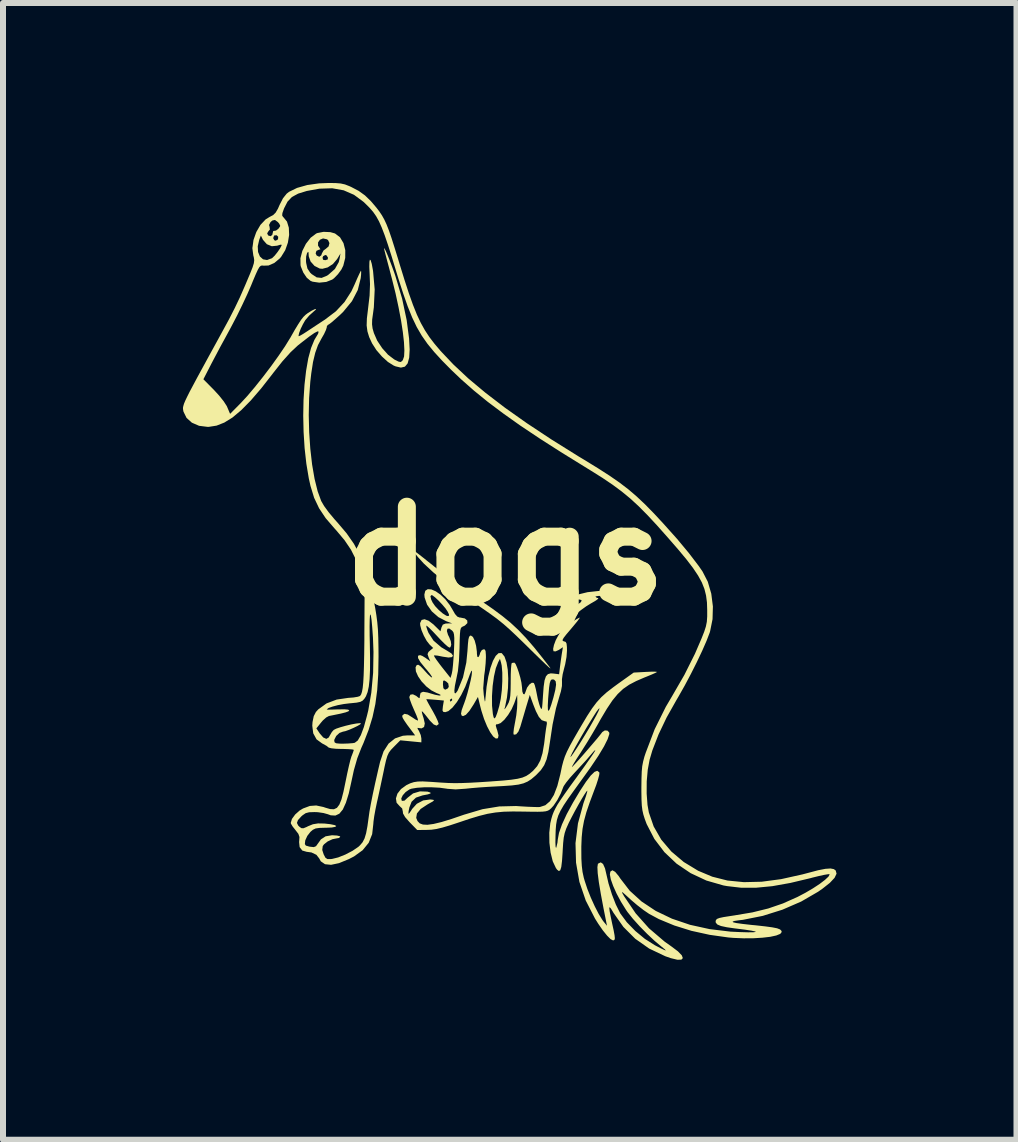
<source format=kicad_pcb>
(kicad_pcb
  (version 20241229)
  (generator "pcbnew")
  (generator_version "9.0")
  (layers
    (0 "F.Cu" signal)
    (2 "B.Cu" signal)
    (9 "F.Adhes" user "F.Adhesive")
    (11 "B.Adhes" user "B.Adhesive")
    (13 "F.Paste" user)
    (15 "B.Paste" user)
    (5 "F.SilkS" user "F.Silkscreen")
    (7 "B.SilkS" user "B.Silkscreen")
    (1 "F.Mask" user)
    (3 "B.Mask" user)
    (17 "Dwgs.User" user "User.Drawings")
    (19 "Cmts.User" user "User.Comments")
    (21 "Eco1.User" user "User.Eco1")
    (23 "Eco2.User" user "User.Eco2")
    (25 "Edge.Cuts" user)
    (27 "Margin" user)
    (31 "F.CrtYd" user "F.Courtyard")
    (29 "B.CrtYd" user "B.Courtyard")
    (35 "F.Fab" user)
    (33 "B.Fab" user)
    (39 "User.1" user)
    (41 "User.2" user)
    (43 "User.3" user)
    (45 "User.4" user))
  (footprint "dogs"
    (layer "F.Cu")
    (at 5.374 6.217)
    (property "Reference" "dogs" (at 0 0 0) (layer "F.SilkS") (effects (font (size 1.5 1.5) (thickness 0.3))))
    (attr board_only exclude_from_pos_files exclude_from_bom)
    (fp_poly (pts (xy -1.518 -0.085) (xy -1.463 -0.044) (xy -1.382 0.019) (xy -1.282 0.099) (xy -1.183 0.178) (xy -1.047 0.285) (xy -0.883 0.409) (xy -0.706 0.538) (xy -0.531 0.661) (xy -0.399 0.752) (xy -0.215 0.879) (xy -0.057 0.996) (xy 0.083 1.11) (xy 0.212 1.23) (xy 0.34 1.363) (xy 0.472 1.516) (xy 0.619 1.699) (xy 0.733 1.846) (xy 0.75 1.87) (xy 0.746 1.872) (xy 0.72 1.851) (xy 0.668 1.803) (xy 0.588 1.726) (xy 0.478 1.619) (xy 0.338 1.481) (xy 0.193 1.34) (xy 0.072 1.226) (xy -0.036 1.131) (xy -0.144 1.044) (xy -0.262 0.958) (xy -0.4 0.862) (xy -0.5 0.795) (xy -0.77 0.609) (xy -1.005 0.434) (xy -1.204 0.271) (xy -1.362 0.124) (xy -1.459 0.017) (xy -1.507 -0.044) (xy -1.537 -0.087) (xy -1.541 -0.1)) (stroke (width 0) (type solid)) (fill yes) (layer "F.SilkS"))
    (fp_poly (pts (xy -2.015 -5.125) (xy -1.995 -5.087) (xy -1.967 -5.022) (xy -1.932 -4.935) (xy -1.893 -4.833) (xy -1.853 -4.723) (xy -1.834 -4.667) (xy -1.722 -4.29) (xy -1.646 -3.932) (xy -1.606 -3.626) (xy -1.596 -3.443) (xy -1.604 -3.305) (xy -1.63 -3.21) (xy -1.675 -3.156) (xy -1.742 -3.14) (xy -1.831 -3.161) (xy -1.864 -3.175) (xy -1.958 -3.234) (xy -2.058 -3.325) (xy -2.15 -3.431) (xy -2.22 -3.54) (xy -2.223 -3.545) (xy -2.271 -3.649) (xy -2.3 -3.744) (xy -2.313 -3.843) (xy -2.309 -3.96) (xy -2.291 -4.109) (xy -2.288 -4.135) (xy -2.264 -4.34) (xy -2.257 -4.531) (xy -2.263 -4.692) (xy -2.269 -4.821) (xy -2.267 -4.904) (xy -2.259 -4.94) (xy -2.246 -4.929) (xy -2.228 -4.87) (xy -2.208 -4.761) (xy -2.205 -4.737) (xy -2.179 -4.442) (xy -2.193 -4.145) (xy -2.206 -4.047) (xy -2.221 -3.94) (xy -2.223 -3.861) (xy -2.214 -3.791) (xy -2.192 -3.715) (xy -2.137 -3.589) (xy -2.054 -3.464) (xy -1.957 -3.355) (xy -1.856 -3.278) (xy -1.842 -3.27) (xy -1.781 -3.24) (xy -1.747 -3.233) (xy -1.723 -3.249) (xy -1.709 -3.268) (xy -1.689 -3.326) (xy -1.684 -3.426) (xy -1.691 -3.564) (xy -1.71 -3.733) (xy -1.74 -3.928) (xy -1.781 -4.144) (xy -1.831 -4.376) (xy -1.891 -4.618) (xy -1.904 -4.667) (xy -1.939 -4.801) (xy -1.971 -4.92) (xy -1.996 -5.015) (xy -2.012 -5.077) (xy -2.016 -5.093) (xy -2.023 -5.129)) (stroke (width 0) (type solid)) (fill yes) (layer "F.SilkS"))
    (fp_poly (pts (xy -2.919 -5.398) (xy -2.841 -5.376) (xy -2.757 -5.312) (xy -2.699 -5.215) (xy -2.669 -5.097) (xy -2.67 -4.968) (xy -2.702 -4.84) (xy -2.734 -4.775) (xy -2.791 -4.697) (xy -2.857 -4.629) (xy -2.887 -4.607) (xy -2.986 -4.568) (xy -3.103 -4.556) (xy -3.213 -4.572) (xy -3.247 -4.585) (xy -3.311 -4.638) (xy -3.369 -4.724) (xy -3.41 -4.825) (xy -3.415 -4.848) (xy -3.416 -4.916) (xy -3.324 -4.916) (xy -3.321 -4.884) (xy -3.3 -4.791) (xy -3.254 -4.722) (xy -3.23 -4.699) (xy -3.146 -4.644) (xy -3.064 -4.635) (xy -2.974 -4.672) (xy -2.953 -4.686) (xy -2.842 -4.784) (xy -2.778 -4.898) (xy -2.764 -4.955) (xy -2.749 -5.042) (xy -2.805 -4.949) (xy -2.875 -4.867) (xy -2.962 -4.81) (xy -3.051 -4.787) (xy -3.095 -4.791) (xy -3.182 -4.835) (xy -3.247 -4.908) (xy -3.271 -4.974) (xy -3.048 -4.974) (xy -3.04 -4.938) (xy -3.003 -4.93) (xy -2.962 -4.943) (xy -2.958 -4.974) (xy -2.982 -5.011) (xy -3.003 -5.017) (xy -3.038 -4.997) (xy -3.048 -4.974) (xy -3.271 -4.974) (xy -3.278 -4.995) (xy -3.279 -5.01) (xy -3.281 -5.044) (xy -3.163 -5.044) (xy -3.146 -5.008) (xy -3.102 -4.987) (xy -3.069 -5.012) (xy -3.058 -5.045) (xy -3.031 -5.093) (xy -2.996 -5.118) (xy -2.947 -5.16) (xy -2.933 -5.215) (xy -2.956 -5.265) (xy -2.976 -5.279) (xy -3.04 -5.293) (xy -3.092 -5.271) (xy -3.123 -5.227) (xy -3.123 -5.173) (xy -3.098 -5.135) (xy -3.083 -5.111) (xy -3.108 -5.105) (xy -3.15 -5.086) (xy -3.163 -5.044) (xy -3.281 -5.044) (xy -3.282 -5.062) (xy -3.291 -5.069) (xy -3.307 -5.046) (xy -3.321 -4.993) (xy -3.324 -4.916) (xy -3.416 -4.916) (xy -3.417 -4.962) (xy -3.385 -5.085) (xy -3.325 -5.204) (xy -3.246 -5.305) (xy -3.155 -5.374) (xy -3.133 -5.383) (xy -3.031 -5.403)) (stroke (width 0) (type solid)) (fill yes) (layer "F.SilkS"))
    (fp_poly (pts (xy -2.833 -6.216) (xy -2.746 -6.209) (xy -2.674 -6.193) (xy -2.602 -6.165) (xy -2.569 -6.15) (xy -2.445 -6.085) (xy -2.341 -6.01) (xy -2.242 -5.914) (xy -2.151 -5.807) (xy -2.102 -5.743) (xy -2.059 -5.679) (xy -2.02 -5.61) (xy -1.982 -5.528) (xy -1.942 -5.426) (xy -1.898 -5.298) (xy -1.847 -5.137) (xy -1.785 -4.937) (xy -1.766 -4.873) (xy -1.683 -4.604) (xy -1.609 -4.377) (xy -1.541 -4.186) (xy -1.476 -4.024) (xy -1.41 -3.884) (xy -1.341 -3.761) (xy -1.266 -3.647) (xy -1.181 -3.536) (xy -1.084 -3.422) (xy -1.084 -3.421) (xy -0.868 -3.193) (xy -0.618 -2.959) (xy -0.332 -2.72) (xy -0.007 -2.471) (xy 0.358 -2.213) (xy 0.766 -1.943) (xy 1.219 -1.66) (xy 1.314 -1.603) (xy 1.542 -1.463) (xy 1.735 -1.339) (xy 1.901 -1.224) (xy 2.049 -1.111) (xy 2.188 -0.992) (xy 2.328 -0.86) (xy 2.476 -0.709) (xy 2.631 -0.542) (xy 2.862 -0.284) (xy 3.059 -0.047) (xy 3.22 0.164) (xy 3.285 0.258) (xy 3.373 0.429) (xy 3.431 0.628) (xy 3.458 0.841) (xy 3.452 1.053) (xy 3.412 1.252) (xy 3.405 1.276) (xy 3.353 1.412) (xy 3.28 1.579) (xy 3.191 1.767) (xy 3.092 1.964) (xy 2.988 2.16) (xy 2.885 2.342) (xy 2.848 2.405) (xy 2.686 2.693) (xy 2.552 2.974) (xy 2.449 3.24) (xy 2.403 3.396) (xy 2.372 3.563) (xy 2.355 3.757) (xy 2.354 3.959) (xy 2.368 4.148) (xy 2.39 4.273) (xy 2.471 4.508) (xy 2.597 4.727) (xy 2.765 4.925) (xy 2.972 5.1) (xy 3.212 5.246) (xy 3.448 5.345) (xy 3.701 5.409) (xy 3.974 5.436) (xy 4.27 5.429) (xy 4.594 5.386) (xy 4.949 5.307) (xy 5.055 5.279) (xy 5.214 5.237) (xy 5.333 5.214) (xy 5.418 5.208) (xy 5.474 5.219) (xy 5.505 5.242) (xy 5.519 5.295) (xy 5.486 5.364) (xy 5.407 5.448) (xy 5.283 5.546) (xy 5.211 5.596) (xy 4.93 5.759) (xy 4.617 5.895) (xy 4.289 5.998) (xy 3.958 6.064) (xy 3.896 6.071) (xy 3.82 6.082) (xy 3.786 6.093) (xy 3.796 6.105) (xy 3.851 6.118) (xy 3.952 6.132) (xy 4.101 6.149) (xy 4.167 6.155) (xy 4.329 6.173) (xy 4.447 6.189) (xy 4.528 6.205) (xy 4.577 6.224) (xy 4.6 6.247) (xy 4.605 6.267) (xy 4.581 6.298) (xy 4.514 6.325) (xy 4.413 6.347) (xy 4.283 6.362) (xy 4.133 6.371) (xy 3.97 6.372) (xy 3.801 6.365) (xy 3.716 6.358) (xy 3.404 6.314) (xy 3.099 6.247) (xy 2.814 6.158) (xy 2.558 6.052) (xy 2.394 5.964) (xy 2.303 5.902) (xy 2.197 5.82) (xy 2.097 5.735) (xy 2.082 5.721) (xy 2.004 5.65) (xy 1.959 5.61) (xy 1.942 5.601) (xy 1.948 5.619) (xy 1.973 5.662) (xy 1.976 5.668) (xy 2.171 5.956) (xy 2.394 6.206) (xy 2.653 6.427) (xy 2.766 6.507) (xy 2.875 6.589) (xy 2.939 6.655) (xy 2.957 6.702) (xy 2.932 6.728) (xy 2.865 6.729) (xy 2.757 6.703) (xy 2.665 6.671) (xy 2.396 6.543) (xy 2.164 6.38) (xy 1.966 6.182) (xy 1.801 5.947) (xy 1.792 5.931) (xy 1.758 5.876) (xy 1.738 5.853) (xy 1.731 5.867) (xy 1.737 5.921) (xy 1.756 6.017) (xy 1.777 6.117) (xy 1.804 6.24) (xy 1.819 6.322) (xy 1.824 6.372) (xy 1.818 6.397) (xy 1.802 6.406) (xy 1.791 6.406) (xy 1.752 6.385) (xy 1.694 6.327) (xy 1.623 6.239) (xy 1.545 6.126) (xy 1.492 6.041) (xy 1.339 5.743) (xy 1.233 5.432) (xy 1.177 5.112) (xy 1.168 4.786) (xy 1.209 4.457) (xy 1.299 4.126) (xy 1.311 4.091) (xy 1.341 4.006) (xy 1.36 3.942) (xy 1.366 3.911) (xy 1.366 3.91) (xy 1.35 3.925) (xy 1.316 3.976) (xy 1.269 4.053) (xy 1.215 4.148) (xy 1.158 4.251) (xy 1.104 4.353) (xy 1.057 4.445) (xy 1.048 4.465) (xy 1.012 4.546) (xy 0.988 4.617) (xy 0.972 4.693) (xy 0.962 4.787) (xy 0.954 4.915) (xy 0.953 4.939) (xy 0.943 5.084) (xy 0.931 5.183) (xy 0.914 5.237) (xy 0.891 5.251) (xy 0.861 5.228) (xy 0.841 5.2) (xy 0.789 5.089) (xy 0.753 4.943) (xy 0.733 4.779) (xy 0.731 4.611) (xy 0.748 4.454) (xy 0.766 4.378) (xy 0.784 4.318) (xy 0.805 4.264) (xy 0.832 4.208) (xy 0.868 4.143) (xy 0.919 4.065) (xy 0.987 3.966) (xy 1.076 3.84) (xy 1.192 3.681) (xy 1.206 3.661) (xy 1.318 3.506) (xy 1.403 3.385) (xy 1.462 3.299) (xy 1.494 3.248) (xy 1.497 3.233) (xy 1.472 3.256) (xy 1.418 3.319) (xy 1.408 3.33) (xy 1.348 3.4) (xy 1.266 3.49) (xy 1.179 3.584) (xy 1.149 3.616) (xy 1.074 3.699) (xy 1.012 3.776) (xy 0.972 3.834) (xy 0.963 3.854) (xy 0.922 3.959) (xy 0.865 4.068) (xy 0.802 4.161) (xy 0.763 4.204) (xy 0.736 4.228) (xy 0.709 4.244) (xy 0.672 4.255) (xy 0.618 4.261) (xy 0.537 4.263) (xy 0.421 4.262) (xy 0.309 4.26) (xy 0.124 4.258) (xy -0.03 4.262) (xy -0.167 4.275) (xy -0.298 4.297) (xy -0.438 4.332) (xy -0.6 4.381) (xy -0.763 4.436) (xy -0.924 4.489) (xy -1.049 4.526) (xy -1.149 4.55) (xy -1.234 4.562) (xy -1.305 4.565) (xy -1.47 4.567) (xy -1.597 4.437) (xy -1.672 4.352) (xy -1.707 4.291) (xy -1.71 4.26) (xy -1.721 4.208) (xy -1.762 4.17) (xy -1.814 4.112) (xy -1.825 4.04) (xy -1.8 3.961) (xy -1.741 3.885) (xy -1.652 3.82) (xy -1.588 3.789) (xy -1.526 3.769) (xy -1.461 3.759) (xy -1.379 3.757) (xy -1.266 3.763) (xy -1.219 3.766) (xy -1.078 3.776) (xy -0.956 3.783) (xy -0.841 3.786) (xy -0.723 3.784) (xy -0.59 3.779) (xy -0.43 3.77) (xy -0.232 3.757) (xy -0.226 3.756) (xy -0.044 3.743) (xy 0.096 3.729) (xy 0.202 3.713) (xy 0.283 3.693) (xy 0.347 3.666) (xy 0.401 3.631) (xy 0.454 3.586) (xy 0.459 3.582) (xy 0.529 3.503) (xy 0.581 3.408) (xy 0.618 3.287) (xy 0.645 3.13) (xy 0.65 3.09) (xy 0.663 2.979) (xy 0.676 2.884) (xy 0.687 2.817) (xy 0.691 2.797) (xy 0.688 2.761) (xy 0.653 2.753) (xy 0.605 2.736) (xy 0.557 2.681) (xy 0.508 2.586) (xy 0.462 2.47) (xy 0.406 2.315) (xy 0.342 2.527) (xy 0.309 2.64) (xy 0.277 2.748) (xy 0.252 2.833) (xy 0.247 2.849) (xy 0.216 2.927) (xy 0.179 2.972) (xy 0.144 2.978) (xy 0.135 2.971) (xy 0.134 2.942) (xy 0.141 2.877) (xy 0.157 2.789) (xy 0.161 2.769) (xy 0.181 2.655) (xy 0.194 2.538) (xy 0.198 2.447) (xy 0.196 2.315) (xy 0.147 2.455) (xy 0.103 2.554) (xy 0.045 2.649) (xy -0.018 2.729) (xy -0.079 2.784) (xy -0.126 2.803) (xy -0.154 2.806) (xy -0.161 2.826) (xy -0.148 2.873) (xy -0.136 2.907) (xy -0.115 2.991) (xy -0.124 3.036) (xy -0.124 3.037) (xy -0.159 3.043) (xy -0.204 3.008) (xy -0.254 2.937) (xy -0.306 2.838) (xy -0.356 2.717) (xy -0.4 2.58) (xy -0.417 2.515) (xy -0.458 2.349) (xy -0.529 2.472) (xy -0.6 2.581) (xy -0.659 2.647) (xy -0.707 2.669) (xy -0.73 2.659) (xy -0.74 2.627) (xy -0.729 2.569) (xy -0.695 2.474) (xy -0.693 2.471) (xy -0.664 2.388) (xy -0.633 2.286) (xy -0.605 2.178) (xy -0.58 2.075) (xy -0.563 1.988) (xy -0.557 1.928) (xy -0.56 1.909) (xy -0.572 1.925) (xy -0.594 1.976) (xy -0.614 2.032) (xy -0.67 2.18) (xy -0.737 2.317) (xy -0.809 2.435) (xy -0.883 2.527) (xy -0.951 2.585) (xy -1.003 2.603) (xy -1.037 2.597) (xy -1.049 2.573) (xy -1.043 2.514) (xy -1.042 2.506) (xy -1.026 2.409) (xy -1.098 2.402) (xy -0.926 2.402) (xy -0.917 2.427) (xy -0.915 2.427) (xy -0.894 2.41) (xy -0.888 2.402) (xy -0.89 2.379) (xy -0.899 2.377) (xy -0.925 2.396) (xy -0.926 2.402) (xy -1.098 2.402) (xy -1.17 2.396) (xy -1.248 2.39) (xy -1.302 2.387) (xy -1.319 2.387) (xy -1.309 2.409) (xy -1.28 2.464) (xy -1.236 2.542) (xy -1.211 2.585) (xy -1.163 2.674) (xy -1.129 2.747) (xy -1.113 2.794) (xy -1.114 2.803) (xy -1.147 2.827) (xy -1.195 2.808) (xy -1.258 2.745) (xy -1.291 2.703) (xy -1.341 2.64) (xy -1.378 2.598) (xy -1.394 2.587) (xy -1.391 2.613) (xy -1.375 2.67) (xy -1.364 2.702) (xy -1.344 2.791) (xy -1.356 2.85) (xy -1.398 2.873) (xy -1.433 2.869) (xy -1.464 2.864) (xy -1.463 2.881) (xy -1.441 2.916) (xy -1.411 2.985) (xy -1.401 3.041) (xy -1.401 3.106) (xy -1.577 3.089) (xy -1.752 3.072) (xy -1.86 3.181) (xy -1.909 3.232) (xy -1.943 3.278) (xy -1.968 3.332) (xy -1.99 3.406) (xy -2.014 3.511) (xy -2.025 3.566) (xy -2.057 3.717) (xy -2.093 3.886) (xy -2.128 4.047) (xy -2.142 4.108) (xy -2.167 4.228) (xy -2.187 4.339) (xy -2.199 4.427) (xy -2.202 4.467) (xy -2.221 4.636) (xy -2.279 4.78) (xy -2.379 4.903) (xy -2.523 5.007) (xy -2.608 5.051) (xy -2.773 5.119) (xy -2.906 5.147) (xy -3.007 5.137) (xy -3.077 5.089) (xy -3.104 5.04) (xy -3.151 4.98) (xy -3.233 4.941) (xy -3.314 4.93) (xy -3.386 4.909) (xy -3.43 4.852) (xy -3.439 4.766) (xy -3.437 4.748) (xy -3.433 4.683) (xy -3.451 4.631) (xy -3.499 4.569) (xy -3.5 4.567) (xy -3.547 4.508) (xy -3.575 4.461) (xy -3.578 4.447) (xy -3.558 4.382) (xy -3.504 4.308) (xy -3.43 4.242) (xy -3.373 4.208) (xy -3.26 4.166) (xy -3.154 4.158) (xy -3.035 4.183) (xy -3 4.195) (xy -2.921 4.218) (xy -2.858 4.221) (xy -2.808 4.197) (xy -2.768 4.144) (xy -2.732 4.055) (xy -2.699 3.926) (xy -2.663 3.753) (xy -2.636 3.621) (xy -2.609 3.5) (xy -2.585 3.402) (xy -2.566 3.339) (xy -2.563 3.333) (xy -2.54 3.273) (xy -2.528 3.235) (xy -2.527 3.231) (xy -2.551 3.224) (xy -2.612 3.219) (xy -2.699 3.216) (xy -2.729 3.216) (xy -2.825 3.213) (xy -2.901 3.205) (xy -2.943 3.194) (xy -2.948 3.191) (xy -2.98 3.165) (xy -3.039 3.132) (xy -3.055 3.124) (xy -3.148 3.056) (xy -3.203 2.956) (xy -3.214 2.873) (xy -3.151 2.873) (xy -3.095 2.957) (xy -3.037 3.024) (xy -2.985 3.048) (xy -2.945 3.025) (xy -2.931 2.999) (xy -2.893 2.934) (xy -2.862 2.899) (xy -2.821 2.878) (xy -2.75 2.854) (xy -2.661 2.829) (xy -2.569 2.807) (xy -2.486 2.792) (xy -2.427 2.786) (xy -2.407 2.789) (xy -2.42 2.806) (xy -2.466 2.833) (xy -2.532 2.865) (xy -2.603 2.896) (xy -2.667 2.919) (xy -2.709 2.928) (xy -2.766 2.949) (xy -2.82 2.999) (xy -2.851 3.06) (xy -2.853 3.078) (xy -2.847 3.106) (xy -2.822 3.121) (xy -2.767 3.127) (xy -2.709 3.128) (xy -2.619 3.125) (xy -2.543 3.119) (xy -2.511 3.113) (xy -2.461 3.075) (xy -2.41 2.987) (xy -2.359 2.85) (xy -2.308 2.663) (xy -2.286 2.573) (xy -2.235 2.276) (xy -2.205 1.947) (xy -2.199 1.6) (xy -2.208 1.358) (xy -2.22 1.188) (xy -2.231 1.068) (xy -2.242 0.996) (xy -2.251 0.971) (xy -2.258 0.993) (xy -2.262 1.06) (xy -2.264 1.172) (xy -2.263 1.328) (xy -2.26 1.464) (xy -2.256 1.703) (xy -2.257 1.897) (xy -2.264 2.053) (xy -2.277 2.174) (xy -2.297 2.268) (xy -2.325 2.339) (xy -2.349 2.377) (xy -2.379 2.41) (xy -2.418 2.431) (xy -2.48 2.444) (xy -2.578 2.454) (xy -2.593 2.455) (xy -2.692 2.467) (xy -2.793 2.486) (xy -2.882 2.51) (xy -2.947 2.533) (xy -2.977 2.555) (xy -2.978 2.558) (xy -2.955 2.561) (xy -2.894 2.56) (xy -2.808 2.557) (xy -2.79 2.557) (xy -2.685 2.555) (xy -2.621 2.561) (xy -2.603 2.573) (xy -2.617 2.589) (xy -2.663 2.606) (xy -2.746 2.627) (xy -2.872 2.653) (xy -2.942 2.667) (xy -2.987 2.691) (xy -3.044 2.742) (xy -3.072 2.775) (xy -3.151 2.873) (xy -3.214 2.873) (xy -3.219 2.827) (xy -3.215 2.767) (xy -3.195 2.67) (xy -3.159 2.6) (xy -3.119 2.556) (xy -2.982 2.457) (xy -2.813 2.393) (xy -2.623 2.365) (xy -2.532 2.358) (xy -2.46 2.346) (xy -2.423 2.333) (xy -2.423 2.332) (xy -2.405 2.306) (xy -2.391 2.264) (xy -2.379 2.199) (xy -2.37 2.11) (xy -2.363 1.989) (xy -2.358 1.835) (xy -2.354 1.64) (xy -2.351 1.403) (xy -2.351 1.29) (xy -2.346 0.463) (xy -2.414 0.263) (xy -2.489 0.064) (xy -2.575 -0.106) (xy -2.682 -0.264) (xy -2.819 -0.427) (xy -2.85 -0.461) (xy -2.997 -0.632) (xy -3.106 -0.796) (xy -3.188 -0.969) (xy -3.249 -1.168) (xy -3.277 -1.293) (xy -3.318 -1.538) (xy -3.347 -1.798) (xy -3.364 -2.067) (xy -3.37 -2.337) (xy -3.365 -2.602) (xy -3.349 -2.854) (xy -3.322 -3.088) (xy -3.286 -3.295) (xy -3.239 -3.468) (xy -3.184 -3.602) (xy -3.163 -3.637) (xy -3.123 -3.703) (xy -3.113 -3.739) (xy -3.132 -3.744) (xy -3.184 -3.717) (xy -3.269 -3.658) (xy -3.389 -3.565) (xy -3.459 -3.51) (xy -3.579 -3.398) (xy -3.719 -3.242) (xy -3.877 -3.042) (xy -3.881 -3.036) (xy -4.072 -2.792) (xy -4.245 -2.591) (xy -4.403 -2.431) (xy -4.548 -2.309) (xy -4.685 -2.224) (xy -4.814 -2.173) (xy -4.941 -2.153) (xy -4.962 -2.152) (xy -5.106 -2.17) (xy -5.226 -2.222) (xy -5.315 -2.302) (xy -5.366 -2.406) (xy -5.371 -2.431) (xy -5.374 -2.452) (xy -5.374 -2.475) (xy -5.368 -2.502) (xy -5.357 -2.539) (xy -5.337 -2.587) (xy -5.306 -2.652) (xy -5.264 -2.736) (xy -5.207 -2.843) (xy -5.152 -2.946) (xy -5.034 -2.946) (xy -4.858 -2.768) (xy -4.771 -2.673) (xy -4.696 -2.579) (xy -4.645 -2.5) (xy -4.636 -2.48) (xy -4.589 -2.369) (xy -4.409 -2.551) (xy -4.301 -2.668) (xy -4.176 -2.816) (xy -4.042 -2.984) (xy -3.908 -3.16) (xy -3.783 -3.334) (xy -3.674 -3.494) (xy -3.591 -3.629) (xy -3.589 -3.631) (xy -3.512 -3.767) (xy -3.452 -3.866) (xy -3.406 -3.936) (xy -3.367 -3.985) (xy -3.33 -4.021) (xy -3.293 -4.049) (xy -3.227 -4.09) (xy -3.179 -4.113) (xy -3.156 -4.118) (xy -3.164 -4.102) (xy -3.2 -4.071) (xy -3.271 -4.007) (xy -3.333 -3.934) (xy -3.34 -3.924) (xy -3.376 -3.861) (xy -3.411 -3.789) (xy -3.437 -3.721) (xy -3.448 -3.675) (xy -3.446 -3.663) (xy -3.423 -3.672) (xy -3.371 -3.702) (xy -3.315 -3.738) (xy -3.233 -3.792) (xy -3.129 -3.861) (xy -3.024 -3.93) (xy -3.008 -3.94) (xy -2.825 -4.079) (xy -2.682 -4.233) (xy -2.567 -4.412) (xy -2.513 -4.528) (xy -2.472 -4.623) (xy -2.437 -4.699) (xy -2.414 -4.746) (xy -2.409 -4.755) (xy -2.404 -4.739) (xy -2.406 -4.687) (xy -2.412 -4.63) (xy -2.461 -4.433) (xy -2.558 -4.247) (xy -2.705 -4.068) (xy -2.757 -4.018) (xy -2.835 -3.948) (xy -2.9 -3.892) (xy -2.944 -3.859) (xy -2.956 -3.854) (xy -2.975 -3.833) (xy -2.978 -3.81) (xy -2.991 -3.768) (xy -3.023 -3.699) (xy -3.065 -3.626) (xy -3.124 -3.515) (xy -3.17 -3.387) (xy -3.207 -3.233) (xy -3.236 -3.044) (xy -3.252 -2.906) (xy -3.272 -2.632) (xy -3.278 -2.348) (xy -3.271 -2.063) (xy -3.252 -1.786) (xy -3.222 -1.524) (xy -3.181 -1.286) (xy -3.13 -1.08) (xy -3.07 -0.915) (xy -3.069 -0.914) (xy -3.022 -0.833) (xy -2.946 -0.729) (xy -2.85 -0.614) (xy -2.791 -0.548) (xy -2.647 -0.378) (xy -2.525 -0.203) (xy -2.424 -0.014) (xy -2.338 0.197) (xy -2.264 0.438) (xy -2.2 0.717) (xy -2.171 0.863) (xy -2.151 0.986) (xy -2.136 1.103) (xy -2.125 1.226) (xy -2.119 1.367) (xy -2.116 1.538) (xy -2.115 1.677) (xy -2.12 1.975) (xy -2.137 2.235) (xy -2.168 2.468) (xy -2.215 2.685) (xy -2.28 2.898) (xy -2.365 3.116) (xy -2.401 3.197) (xy -2.469 3.371) (xy -2.526 3.57) (xy -2.566 3.755) (xy -2.611 3.958) (xy -2.659 4.113) (xy -2.71 4.225) (xy -2.768 4.295) (xy -2.834 4.326) (xy -2.911 4.322) (xy -2.96 4.304) (xy -3.032 4.284) (xy -3.127 4.27) (xy -3.183 4.268) (xy -3.271 4.271) (xy -3.329 4.286) (xy -3.379 4.32) (xy -3.402 4.34) (xy -3.458 4.402) (xy -3.475 4.449) (xy -3.454 4.492) (xy -3.433 4.513) (xy -3.401 4.536) (xy -3.367 4.538) (xy -3.315 4.517) (xy -3.29 4.504) (xy -3.209 4.471) (xy -3.123 4.457) (xy -3.016 4.459) (xy -2.919 4.47) (xy -2.846 4.485) (xy -2.819 4.5) (xy -2.836 4.514) (xy -2.893 4.525) (xy -2.988 4.529) (xy -3.004 4.529) (xy -3.1 4.532) (xy -3.163 4.541) (xy -3.209 4.563) (xy -3.25 4.598) (xy -3.302 4.665) (xy -3.335 4.737) (xy -3.337 4.747) (xy -3.343 4.801) (xy -3.326 4.827) (xy -3.274 4.842) (xy -3.26 4.845) (xy -3.194 4.852) (xy -3.157 4.837) (xy -3.142 4.816) (xy -3.075 4.723) (xy -2.997 4.672) (xy -2.895 4.655) (xy -2.879 4.655) (xy -2.807 4.659) (xy -2.761 4.67) (xy -2.753 4.68) (xy -2.774 4.7) (xy -2.805 4.705) (xy -2.882 4.72) (xy -2.962 4.757) (xy -3.024 4.806) (xy -3.045 4.835) (xy -3.053 4.9) (xy -3.029 4.974) (xy -3 5.029) (xy -2.967 5.051) (xy -2.909 5.051) (xy -2.89 5.049) (xy -2.788 5.024) (xy -2.668 4.976) (xy -2.549 4.914) (xy -2.452 4.848) (xy -2.424 4.822) (xy -2.381 4.771) (xy -2.348 4.707) (xy -2.322 4.621) (xy -2.3 4.503) (xy -2.281 4.367) (xy -2.266 4.26) (xy -2.243 4.132) (xy -2.212 3.976) (xy -2.171 3.786) (xy -2.119 3.557) (xy -2.089 3.43) (xy -2.031 3.257) (xy -1.948 3.127) (xy -1.84 3.04) (xy -1.709 2.996) (xy -1.636 2.99) (xy -1.505 2.99) (xy -1.561 2.915) (xy -1.637 2.814) (xy -1.685 2.744) (xy -1.712 2.699) (xy -1.72 2.671) (xy -1.716 2.655) (xy -1.682 2.63) (xy -1.628 2.642) (xy -1.552 2.69) (xy -1.498 2.726) (xy -1.462 2.742) (xy -1.457 2.741) (xy -1.461 2.715) (xy -1.483 2.656) (xy -1.518 2.576) (xy -1.524 2.563) (xy -1.562 2.475) (xy -1.59 2.399) (xy -1.602 2.351) (xy -1.602 2.35) (xy -1.584 2.311) (xy -1.542 2.305) (xy -1.486 2.332) (xy -1.472 2.344) (xy -1.438 2.37) (xy -1.427 2.358) (xy -1.426 2.33) (xy -1.414 2.281) (xy -1.373 2.263) (xy -1.298 2.275) (xy -1.253 2.289) (xy -1.175 2.312) (xy -1.108 2.325) (xy -1.092 2.325) (xy -1.076 2.318) (xy -1.107 2.3) (xy -1.144 2.286) (xy -1.234 2.24) (xy -1.321 2.172) (xy -1.348 2.142) (xy -1.041 2.142) (xy -1.034 2.204) (xy -1.009 2.226) (xy -0.999 2.227) (xy -0.959 2.206) (xy -0.944 2.178) (xy -0.953 2.124) (xy -0.986 2.093) (xy -1.023 2.073) (xy -1.038 2.084) (xy -1.041 2.135) (xy -1.041 2.142) (xy -1.348 2.142) (xy -1.397 2.091) (xy -1.456 2.005) (xy -1.492 1.924) (xy -1.498 1.856) (xy -1.48 1.82) (xy -1.455 1.812) (xy -1.42 1.833) (xy -1.366 1.889) (xy -1.349 1.909) (xy -1.292 1.971) (xy -1.245 2.014) (xy -1.222 2.027) (xy -1.226 2.01) (xy -1.257 1.964) (xy -1.31 1.898) (xy -1.339 1.865) (xy -1.417 1.769) (xy -1.456 1.702) (xy -1.457 1.663) (xy -1.423 1.652) (xy -1.386 1.665) (xy -1.332 1.698) (xy -1.324 1.704) (xy -1.251 1.756) (xy -1.281 1.688) (xy -1.298 1.636) (xy -1.283 1.6) (xy -1.258 1.577) (xy -1.204 1.533) (xy -1.263 1.477) (xy -1.312 1.415) (xy -1.36 1.328) (xy -1.399 1.236) (xy -1.419 1.16) (xy -1.319 1.16) (xy -1.316 1.188) (xy -1.297 1.245) (xy -1.282 1.281) (xy -1.198 1.411) (xy -1.068 1.522) (xy -0.973 1.578) (xy -0.9 1.624) (xy -0.874 1.661) (xy -0.891 1.685) (xy -0.949 1.692) (xy -1.044 1.678) (xy -1.054 1.676) (xy -1.127 1.661) (xy -1.178 1.656) (xy -1.191 1.658) (xy -1.182 1.682) (xy -1.147 1.734) (xy -1.093 1.807) (xy -1.059 1.851) (xy -0.915 2.032) (xy -0.894 1.961) (xy -0.884 1.908) (xy -0.874 1.818) (xy -0.865 1.704) (xy -0.858 1.588) (xy -0.853 1.457) (xy -0.852 1.367) (xy -0.857 1.308) (xy -0.867 1.271) (xy -0.885 1.246) (xy -0.887 1.244) (xy -0.937 1.208) (xy -0.967 1.213) (xy -0.976 1.25) (xy -0.957 1.314) (xy -0.938 1.351) (xy -0.911 1.419) (xy -0.903 1.48) (xy -0.916 1.519) (xy -0.933 1.527) (xy -0.962 1.509) (xy -1.015 1.462) (xy -1.085 1.392) (xy -1.136 1.337) (xy -1.208 1.26) (xy -1.268 1.2) (xy -1.307 1.166) (xy -1.319 1.16) (xy -1.419 1.16) (xy -1.42 1.155) (xy -1.422 1.118) (xy -1.397 1.066) (xy -1.348 1.054) (xy -1.28 1.079) (xy -1.199 1.141) (xy -1.189 1.151) (xy -1.083 1.255) (xy -1.066 1.191) (xy -1.044 1.144) (xy -0.998 1.126) (xy -0.969 1.124) (xy -0.888 1.123) (xy -0.986 1.087) (xy -1.117 1.019) (xy -1.226 0.924) (xy -1.306 0.811) (xy -1.347 0.691) (xy -1.349 0.669) (xy -1.25 0.669) (xy -1.238 0.724) (xy -1.215 0.773) (xy -1.172 0.835) (xy -1.111 0.9) (xy -1.045 0.957) (xy -0.987 0.994) (xy -0.962 1.001) (xy -0.939 0.995) (xy -0.942 0.97) (xy -0.963 0.927) (xy -0.998 0.874) (xy -1.052 0.81) (xy -1.114 0.744) (xy -1.173 0.689) (xy -1.217 0.656) (xy -1.231 0.651) (xy -1.25 0.669) (xy -1.349 0.669) (xy -1.351 0.642) (xy -1.336 0.58) (xy -1.295 0.553) (xy -1.234 0.557) (xy -1.161 0.589) (xy -1.081 0.645) (xy -1.001 0.722) (xy -0.928 0.817) (xy -0.886 0.887) (xy -0.84 0.967) (xy -0.802 1.01) (xy -0.763 1.026) (xy -0.751 1.026) (xy -0.676 1.041) (xy -0.636 1.075) (xy -0.634 1.118) (xy -0.675 1.159) (xy -0.704 1.173) (xy -0.726 1.183) (xy -0.742 1.202) (xy -0.752 1.237) (xy -0.758 1.297) (xy -0.762 1.391) (xy -0.765 1.525) (xy -0.765 1.529) (xy -0.774 1.744) (xy -0.792 1.919) (xy -0.82 2.057) (xy -0.842 2.163) (xy -0.851 2.24) (xy -0.847 2.284) (xy -0.83 2.289) (xy -0.801 2.251) (xy -0.793 2.236) (xy -0.707 2.023) (xy -0.652 1.777) (xy -0.633 1.585) (xy -0.625 1.467) (xy -0.617 1.391) (xy -0.606 1.348) (xy -0.59 1.329) (xy -0.575 1.326) (xy -0.542 1.349) (xy -0.512 1.41) (xy -0.489 1.496) (xy -0.476 1.594) (xy -0.475 1.63) (xy -0.468 1.68) (xy -0.45 1.686) (xy -0.43 1.649) (xy -0.421 1.614) (xy -0.395 1.57) (xy -0.369 1.556) (xy -0.344 1.558) (xy -0.331 1.584) (xy -0.326 1.645) (xy -0.325 1.687) (xy -0.33 1.789) (xy -0.342 1.91) (xy -0.354 1.995) (xy -0.37 2.205) (xy -0.361 2.315) (xy -0.349 2.394) (xy -0.342 2.426) (xy -0.337 2.416) (xy -0.333 2.367) (xy -0.333 2.365) (xy -0.329 2.334) (xy -0.224 2.334) (xy -0.223 2.496) (xy -0.209 2.635) (xy -0.196 2.691) (xy -0.181 2.708) (xy -0.162 2.683) (xy -0.136 2.614) (xy -0.103 2.501) (xy -0.078 2.381) (xy -0.06 2.237) (xy -0.052 2.087) (xy -0.052 1.945) (xy -0.062 1.827) (xy -0.073 1.777) (xy -0.091 1.714) (xy -0.12 1.769) (xy -0.16 1.87) (xy -0.191 2.007) (xy -0.213 2.166) (xy -0.224 2.334) (xy -0.329 2.334) (xy -0.314 2.179) (xy -0.286 2.011) (xy -0.25 1.866) (xy -0.208 1.748) (xy -0.162 1.665) (xy -0.114 1.619) (xy -0.067 1.618) (xy -0.059 1.622) (xy -0.015 1.677) (xy 0.018 1.772) (xy 0.039 1.896) (xy 0.047 2.042) (xy 0.043 2.199) (xy 0.026 2.358) (xy -0.005 2.51) (xy -0.016 2.549) (xy -0.012 2.554) (xy 0.01 2.523) (xy 0.03 2.49) (xy 0.055 2.442) (xy 0.071 2.392) (xy 0.081 2.329) (xy 0.086 2.242) (xy 0.088 2.119) (xy 0.088 2.09) (xy 0.089 1.973) (xy 0.093 1.876) (xy 0.099 1.81) (xy 0.106 1.783) (xy 0.106 1.783) (xy 0.148 1.777) (xy 0.149 1.777) (xy 0.169 1.799) (xy 0.194 1.857) (xy 0.222 1.937) (xy 0.248 2.027) (xy 0.267 2.112) (xy 0.275 2.179) (xy 0.276 2.186) (xy 0.282 2.259) (xy 0.297 2.3) (xy 0.317 2.305) (xy 0.335 2.266) (xy 0.337 2.258) (xy 0.361 2.194) (xy 0.4 2.141) (xy 0.441 2.112) (xy 0.473 2.116) (xy 0.473 2.116) (xy 0.489 2.152) (xy 0.507 2.221) (xy 0.521 2.29) (xy 0.54 2.385) (xy 0.564 2.472) (xy 0.579 2.515) (xy 0.593 2.545) (xy 0.603 2.55) (xy 0.611 2.525) (xy 0.614 2.495) (xy 0.706 2.495) (xy 0.708 2.563) (xy 0.718 2.583) (xy 0.737 2.554) (xy 0.765 2.475) (xy 0.799 2.361) (xy 0.831 2.233) (xy 0.844 2.145) (xy 0.838 2.09) (xy 0.813 2.062) (xy 0.796 2.057) (xy 0.771 2.058) (xy 0.753 2.076) (xy 0.739 2.118) (xy 0.728 2.192) (xy 0.718 2.306) (xy 0.712 2.377) (xy 0.706 2.495) (xy 0.614 2.495) (xy 0.617 2.463) (xy 0.624 2.359) (xy 0.626 2.327) (xy 0.637 2.179) (xy 0.652 2.074) (xy 0.675 2.006) (xy 0.708 1.969) (xy 0.755 1.956) (xy 0.8 1.959) (xy 0.895 1.971) (xy 0.91 1.843) (xy 0.923 1.745) (xy 0.937 1.648) (xy 0.942 1.617) (xy 0.958 1.52) (xy 0.891 1.565) (xy 0.836 1.59) (xy 0.801 1.587) (xy 0.795 1.549) (xy 0.809 1.483) (xy 0.838 1.405) (xy 0.878 1.33) (xy 0.895 1.303) (xy 0.932 1.234) (xy 0.957 1.15) (xy 0.958 1.143) (xy 0.998 1.029) (xy 1.076 0.918) (xy 1.179 0.826) (xy 1.191 0.818) (xy 1.255 0.771) (xy 1.272 0.741) (xy 1.245 0.727) (xy 1.22 0.725) (xy 1.149 0.717) (xy 1.126 0.698) (xy 1.15 0.67) (xy 1.217 0.64) (xy 1.369 0.603) (xy 1.551 0.583) (xy 1.748 0.582) (xy 1.944 0.599) (xy 2.025 0.613) (xy 2.129 0.635) (xy 2.208 0.658) (xy 2.259 0.677) (xy 2.276 0.691) (xy 2.255 0.697) (xy 2.191 0.692) (xy 2.174 0.69) (xy 2.074 0.68) (xy 1.959 0.671) (xy 1.838 0.666) (xy 1.722 0.663) (xy 1.621 0.663) (xy 1.545 0.666) (xy 1.505 0.673) (xy 1.501 0.677) (xy 1.522 0.697) (xy 1.545 0.701) (xy 1.547 0.712) (xy 1.511 0.74) (xy 1.445 0.779) (xy 1.427 0.789) (xy 1.346 0.839) (xy 1.257 0.903) (xy 1.171 0.972) (xy 1.098 1.039) (xy 1.046 1.095) (xy 1.026 1.131) (xy 1.026 1.132) (xy 1.045 1.132) (xy 1.092 1.109) (xy 1.126 1.089) (xy 1.187 1.052) (xy 1.231 1.029) (xy 1.24 1.026) (xy 1.231 1.044) (xy 1.196 1.091) (xy 1.139 1.16) (xy 1.089 1.22) (xy 1.014 1.308) (xy 0.97 1.365) (xy 0.952 1.399) (xy 0.957 1.416) (xy 0.974 1.422) (xy 1.004 1.432) (xy 1.019 1.46) (xy 1.025 1.518) (xy 1.026 1.576) (xy 1.018 1.684) (xy 0.996 1.805) (xy 0.977 1.879) (xy 0.954 1.971) (xy 0.942 2.055) (xy 0.943 2.104) (xy 0.942 2.167) (xy 0.925 2.256) (xy 0.906 2.319) (xy 0.842 2.541) (xy 0.786 2.808) (xy 0.741 3.106) (xy 0.716 3.267) (xy 0.686 3.39) (xy 0.646 3.487) (xy 0.59 3.57) (xy 0.513 3.65) (xy 0.495 3.666) (xy 0.431 3.72) (xy 0.369 3.76) (xy 0.301 3.789) (xy 0.217 3.81) (xy 0.107 3.824) (xy -0.038 3.834) (xy -0.148 3.84) (xy -0.293 3.848) (xy -0.44 3.858) (xy -0.57 3.869) (xy -0.667 3.879) (xy -0.83 3.89) (xy -0.97 3.88) (xy -0.979 3.878) (xy -1.096 3.862) (xy -1.226 3.855) (xy -1.357 3.855) (xy -1.474 3.863) (xy -1.564 3.878) (xy -1.599 3.89) (xy -1.663 3.934) (xy -1.711 3.988) (xy -1.736 4.04) (xy -1.729 4.076) (xy -1.724 4.081) (xy -1.683 4.078) (xy -1.628 4.027) (xy -1.627 4.026) (xy -1.539 3.957) (xy -1.425 3.923) (xy -1.303 3.927) (xy -1.296 3.928) (xy -1.25 3.943) (xy -1.248 3.958) (xy -1.293 3.973) (xy -1.381 3.99) (xy -1.491 4.027) (xy -1.564 4.096) (xy -1.601 4.191) (xy -1.614 4.255) (xy -1.617 4.294) (xy -1.616 4.298) (xy -1.6 4.284) (xy -1.569 4.239) (xy -1.555 4.216) (xy -1.477 4.13) (xy -1.371 4.074) (xy -1.255 4.058) (xy -1.242 4.059) (xy -1.201 4.064) (xy -1.19 4.073) (xy -1.212 4.092) (xy -1.273 4.126) (xy -1.301 4.142) (xy -1.413 4.216) (xy -1.475 4.291) (xy -1.487 4.365) (xy -1.465 4.418) (xy -1.429 4.456) (xy -1.375 4.476) (xy -1.3 4.48) (xy -1.198 4.466) (xy -1.065 4.434) (xy -0.896 4.382) (xy -0.686 4.31) (xy -0.675 4.307) (xy -0.382 4.22) (xy -0.102 4.174) (xy 0.177 4.167) (xy 0.25 4.172) (xy 0.366 4.179) (xy 0.47 4.183) (xy 0.546 4.185) (xy 0.576 4.183) (xy 0.665 4.154) (xy 0.742 4.088) (xy 0.808 3.982) (xy 0.865 3.833) (xy 0.915 3.638) (xy 0.923 3.6) (xy 0.943 3.503) (xy 0.965 3.42) (xy 0.987 3.353) (xy 1.084 3.353) (xy 1.101 3.333) (xy 1.139 3.279) (xy 1.192 3.199) (xy 1.255 3.1) (xy 1.257 3.097) (xy 1.332 2.975) (xy 1.402 2.858) (xy 1.463 2.751) (xy 1.514 2.659) (xy 1.549 2.59) (xy 1.567 2.547) (xy 1.564 2.538) (xy 1.55 2.552) (xy 1.516 2.597) (xy 1.468 2.672) (xy 1.409 2.767) (xy 1.343 2.875) (xy 1.276 2.989) (xy 1.213 3.099) (xy 1.157 3.199) (xy 1.114 3.28) (xy 1.088 3.334) (xy 1.084 3.353) (xy 0.987 3.353) (xy 0.991 3.341) (xy 1.026 3.259) (xy 1.074 3.164) (xy 1.138 3.048) (xy 1.222 2.902) (xy 1.266 2.827) (xy 1.362 2.666) (xy 1.444 2.54) (xy 1.52 2.439) (xy 1.598 2.353) (xy 1.688 2.272) (xy 1.798 2.187) (xy 1.88 2.127) (xy 2.138 1.943) (xy 2.339 1.932) (xy 2.43 1.928) (xy 2.496 1.928) (xy 2.527 1.932) (xy 2.527 1.933) (xy 2.5 1.948) (xy 2.437 1.976) (xy 2.352 2.011) (xy 2.319 2.024) (xy 2.18 2.084) (xy 2.063 2.145) (xy 1.962 2.215) (xy 1.871 2.301) (xy 1.783 2.408) (xy 1.692 2.544) (xy 1.59 2.715) (xy 1.529 2.824) (xy 1.454 2.953) (xy 1.367 3.098) (xy 1.28 3.236) (xy 1.25 3.283) (xy 1.19 3.375) (xy 1.143 3.451) (xy 1.114 3.502) (xy 1.108 3.519) (xy 1.125 3.503) (xy 1.168 3.457) (xy 1.23 3.389) (xy 1.304 3.305) (xy 1.383 3.213) (xy 1.461 3.122) (xy 1.531 3.04) (xy 1.586 2.972) (xy 1.615 2.934) (xy 1.657 2.907) (xy 1.702 2.911) (xy 1.73 2.942) (xy 1.732 2.966) (xy 1.704 3.052) (xy 1.643 3.174) (xy 1.548 3.332) (xy 1.419 3.524) (xy 1.263 3.741) (xy 1.141 3.91) (xy 1.044 4.046) (xy 0.971 4.155) (xy 0.918 4.246) (xy 0.881 4.325) (xy 0.858 4.4) (xy 0.845 4.477) (xy 0.838 4.563) (xy 0.835 4.655) (xy 0.833 4.772) (xy 0.836 4.843) (xy 0.843 4.866) (xy 0.849 4.855) (xy 0.867 4.779) (xy 0.873 4.723) (xy 0.893 4.615) (xy 0.943 4.473) (xy 1.022 4.302) (xy 1.128 4.107) (xy 1.128 4.107) (xy 1.245 3.912) (xy 1.342 3.764) (xy 1.422 3.659) (xy 1.485 3.598) (xy 1.531 3.58) (xy 1.562 3.604) (xy 1.567 3.614) (xy 1.563 3.65) (xy 1.544 3.722) (xy 1.513 3.818) (xy 1.479 3.908) (xy 1.405 4.106) (xy 1.349 4.27) (xy 1.31 4.414) (xy 1.285 4.549) (xy 1.271 4.687) (xy 1.265 4.84) (xy 1.265 4.892) (xy 1.266 5.046) (xy 1.273 5.165) (xy 1.285 5.265) (xy 1.306 5.362) (xy 1.322 5.417) (xy 1.366 5.55) (xy 1.424 5.696) (xy 1.489 5.839) (xy 1.555 5.967) (xy 1.616 6.066) (xy 1.634 6.091) (xy 1.693 6.163) (xy 1.636 5.878) (xy 1.59 5.633) (xy 1.557 5.436) (xy 1.538 5.287) (xy 1.533 5.186) (xy 1.541 5.132) (xy 1.545 5.127) (xy 1.589 5.106) (xy 1.627 5.133) (xy 1.66 5.207) (xy 1.675 5.272) (xy 1.718 5.456) (xy 1.775 5.64) (xy 1.84 5.808) (xy 1.908 5.945) (xy 1.915 5.958) (xy 2.023 6.104) (xy 2.165 6.25) (xy 2.325 6.382) (xy 2.489 6.486) (xy 2.49 6.487) (xy 2.592 6.54) (xy 2.653 6.569) (xy 2.674 6.574) (xy 2.657 6.556) (xy 2.605 6.514) (xy 2.603 6.512) (xy 2.488 6.416) (xy 2.363 6.299) (xy 2.238 6.172) (xy 2.126 6.048) (xy 2.037 5.937) (xy 2.012 5.901) (xy 1.926 5.763) (xy 1.853 5.627) (xy 1.796 5.5) (xy 1.757 5.391) (xy 1.741 5.308) (xy 1.749 5.26) (xy 1.783 5.238) (xy 1.829 5.264) (xy 1.889 5.336) (xy 1.914 5.374) (xy 2.071 5.578) (xy 2.269 5.758) (xy 2.505 5.915) (xy 2.776 6.045) (xy 3.077 6.147) (xy 3.404 6.219) (xy 3.754 6.261) (xy 3.904 6.268) (xy 4.043 6.272) (xy 4.133 6.271) (xy 4.173 6.266) (xy 4.163 6.258) (xy 4.103 6.245) (xy 3.993 6.228) (xy 3.834 6.208) (xy 3.832 6.208) (xy 3.691 6.188) (xy 3.593 6.167) (xy 3.534 6.143) (xy 3.507 6.113) (xy 3.503 6.094) (xy 3.508 6.069) (xy 3.526 6.049) (xy 3.567 6.033) (xy 3.637 6.018) (xy 3.746 6.001) (xy 3.818 5.99) (xy 4.116 5.94) (xy 4.38 5.875) (xy 4.625 5.791) (xy 4.867 5.683) (xy 5 5.613) (xy 5.126 5.539) (xy 5.237 5.466) (xy 5.325 5.399) (xy 5.384 5.344) (xy 5.405 5.305) (xy 5.405 5.305) (xy 5.383 5.303) (xy 5.321 5.313) (xy 5.228 5.333) (xy 5.114 5.361) (xy 5.086 5.369) (xy 4.75 5.449) (xy 4.448 5.503) (xy 4.177 5.529) (xy 3.928 5.529) (xy 3.696 5.502) (xy 3.634 5.491) (xy 3.349 5.409) (xy 3.087 5.286) (xy 2.853 5.128) (xy 2.65 4.936) (xy 2.482 4.715) (xy 2.354 4.468) (xy 2.322 4.382) (xy 2.299 4.309) (xy 2.283 4.238) (xy 2.273 4.159) (xy 2.268 4.059) (xy 2.266 3.926) (xy 2.266 3.854) (xy 2.268 3.705) (xy 2.272 3.592) (xy 2.28 3.504) (xy 2.295 3.426) (xy 2.316 3.346) (xy 2.338 3.28) (xy 2.488 2.886) (xy 2.673 2.514) (xy 2.775 2.341) (xy 2.983 1.981) (xy 3.159 1.629) (xy 3.268 1.376) (xy 3.313 1.262) (xy 3.341 1.175) (xy 3.357 1.096) (xy 3.363 1.007) (xy 3.363 0.901) (xy 3.359 0.774) (xy 3.344 0.659) (xy 3.317 0.55) (xy 3.274 0.441) (xy 3.211 0.326) (xy 3.126 0.199) (xy 3.015 0.054) (xy 2.875 -0.114) (xy 2.707 -0.307) (xy 2.525 -0.512) (xy 2.365 -0.684) (xy 2.22 -0.83) (xy 2.081 -0.958) (xy 1.94 -1.074) (xy 1.789 -1.186) (xy 1.619 -1.301) (xy 1.423 -1.424) (xy 1.321 -1.487) (xy 0.923 -1.733) (xy 0.567 -1.961) (xy 0.248 -2.174) (xy -0.038 -2.377) (xy -0.295 -2.57) (xy -0.526 -2.758) (xy -0.737 -2.944) (xy -0.903 -3.102) (xy -1.057 -3.258) (xy -1.187 -3.4) (xy -1.298 -3.535) (xy -1.394 -3.672) (xy -1.478 -3.816) (xy -1.555 -3.977) (xy -1.629 -4.161) (xy -1.704 -4.375) (xy -1.785 -4.627) (xy -1.824 -4.755) (xy -1.896 -4.992) (xy -1.958 -5.186) (xy -2.012 -5.345) (xy -2.061 -5.473) (xy -2.107 -5.577) (xy -2.154 -5.662) (xy -2.205 -5.735) (xy -2.262 -5.801) (xy -2.328 -5.867) (xy -2.367 -5.904) (xy -2.524 -6.02) (xy -2.696 -6.095) (xy -2.887 -6.129) (xy -3.102 -6.122) (xy -3.311 -6.084) (xy -3.454 -6.04) (xy -3.558 -5.984) (xy -3.632 -5.906) (xy -3.687 -5.799) (xy -3.692 -5.787) (xy -3.717 -5.716) (xy -3.721 -5.676) (xy -3.707 -5.652) (xy -3.699 -5.645) (xy -3.641 -5.574) (xy -3.61 -5.472) (xy -3.605 -5.351) (xy -3.626 -5.222) (xy -3.67 -5.097) (xy -3.738 -4.987) (xy -3.762 -4.959) (xy -3.852 -4.884) (xy -3.948 -4.842) (xy -4.029 -4.839) (xy -4.057 -4.842) (xy -4.079 -4.836) (xy -4.101 -4.815) (xy -4.127 -4.77) (xy -4.161 -4.696) (xy -4.208 -4.585) (xy -4.239 -4.509) (xy -4.303 -4.362) (xy -4.384 -4.189) (xy -4.472 -4.009) (xy -4.56 -3.84) (xy -4.593 -3.778) (xy -4.673 -3.631) (xy -4.755 -3.481) (xy -4.83 -3.339) (xy -4.893 -3.22) (xy -4.92 -3.168) (xy -5.034 -2.946) (xy -5.152 -2.946) (xy -5.135 -2.978) (xy -5.045 -3.143) (xy -4.936 -3.343) (xy -4.806 -3.58) (xy -4.718 -3.741) (xy -4.606 -3.947) (xy -4.512 -4.131) (xy -4.426 -4.311) (xy -4.341 -4.505) (xy -4.253 -4.713) (xy -4.214 -4.812) (xy -4.193 -4.88) (xy -4.187 -4.931) (xy -4.194 -4.98) (xy -4.202 -5.009) (xy -4.218 -5.132) (xy -4.213 -5.163) (xy -4.128 -5.163) (xy -4.123 -5.067) (xy -4.092 -4.992) (xy -4.04 -4.945) (xy -3.973 -4.933) (xy -3.894 -4.962) (xy -3.886 -4.967) (xy -3.846 -5.006) (xy -3.799 -5.065) (xy -3.756 -5.127) (xy -3.731 -5.175) (xy -3.729 -5.187) (xy -3.749 -5.189) (xy -3.798 -5.174) (xy -3.805 -5.172) (xy -3.894 -5.163) (xy -3.977 -5.197) (xy -4.041 -5.27) (xy -4.046 -5.28) (xy -4.055 -5.298) (xy -3.871 -5.298) (xy -3.852 -5.263) (xy -3.829 -5.255) (xy -3.797 -5.273) (xy -3.79 -5.282) (xy -3.787 -5.321) (xy -3.813 -5.346) (xy -3.85 -5.343) (xy -3.857 -5.337) (xy -3.871 -5.298) (xy -4.055 -5.298) (xy -4.076 -5.341) (xy -4.103 -5.271) (xy -4.128 -5.163) (xy -4.213 -5.163) (xy -4.199 -5.267) (xy -4.16 -5.378) (xy -3.971 -5.378) (xy -3.955 -5.343) (xy -3.915 -5.33) (xy -3.886 -5.351) (xy -3.879 -5.382) (xy -3.87 -5.417) (xy -3.856 -5.419) (xy -3.824 -5.424) (xy -3.784 -5.454) (xy -3.757 -5.492) (xy -3.754 -5.505) (xy -3.77 -5.539) (xy -3.793 -5.566) (xy -3.841 -5.601) (xy -3.884 -5.592) (xy -3.915 -5.566) (xy -3.94 -5.517) (xy -3.931 -5.486) (xy -3.926 -5.441) (xy -3.948 -5.416) (xy -3.971 -5.378) (xy -4.16 -5.378) (xy -4.152 -5.4) (xy -4.083 -5.519) (xy -3.996 -5.611) (xy -3.929 -5.652) (xy -3.872 -5.682) (xy -3.83 -5.723) (xy -3.792 -5.788) (xy -3.764 -5.852) (xy -3.707 -5.963) (xy -3.646 -6.039) (xy -3.606 -6.07) (xy -3.473 -6.135) (xy -3.303 -6.183) (xy -3.105 -6.211) (xy -2.953 -6.217)) (stroke (width 0) (type solid)) (fill yes) (layer "F.SilkS")))
  (gr_rect
    (start -3 -3)
    (end 13.892 15.946)
    (stroke (width 0.1) (type default))
    (fill no)
    (layer "Edge.Cuts")))
</source>
